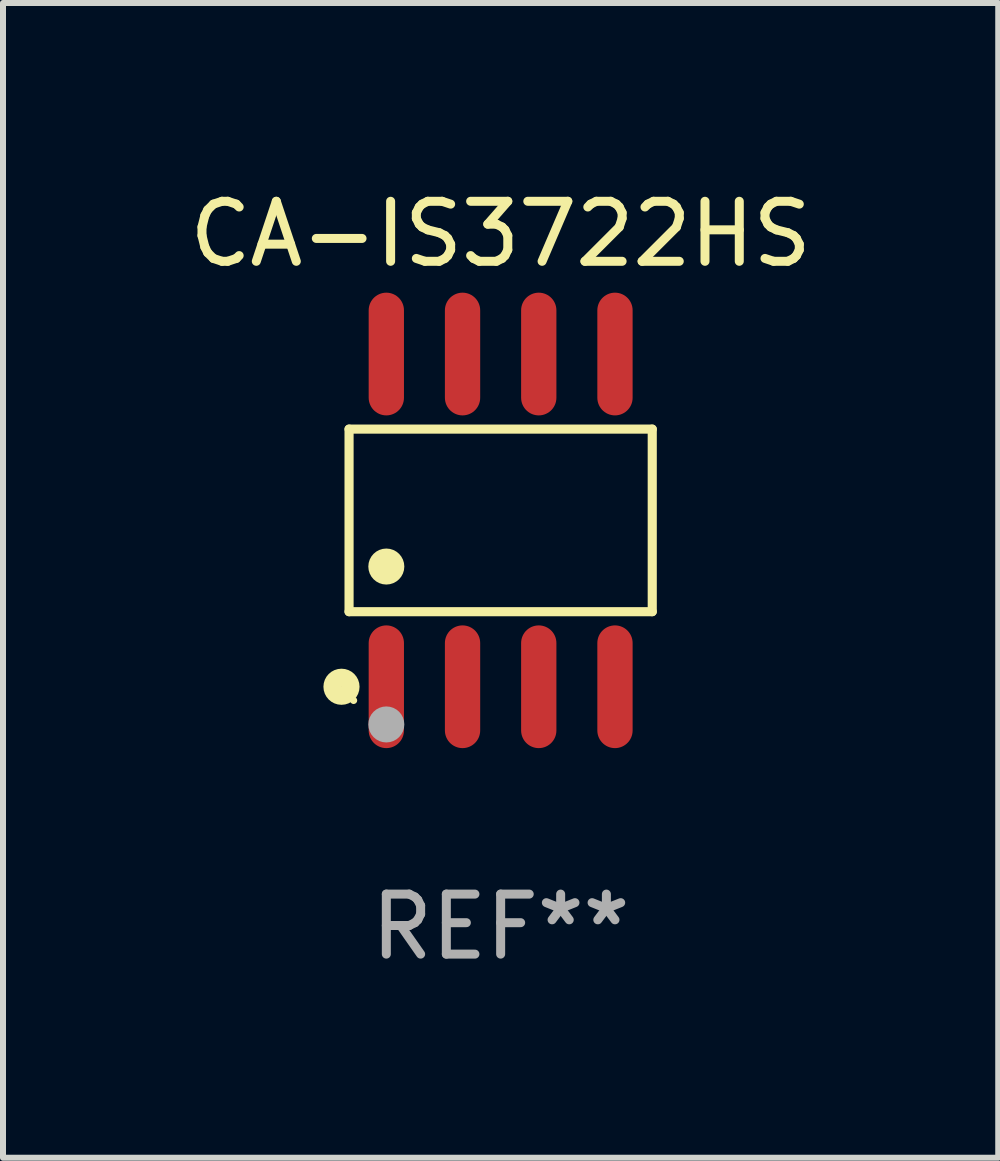
<source format=kicad_pcb>
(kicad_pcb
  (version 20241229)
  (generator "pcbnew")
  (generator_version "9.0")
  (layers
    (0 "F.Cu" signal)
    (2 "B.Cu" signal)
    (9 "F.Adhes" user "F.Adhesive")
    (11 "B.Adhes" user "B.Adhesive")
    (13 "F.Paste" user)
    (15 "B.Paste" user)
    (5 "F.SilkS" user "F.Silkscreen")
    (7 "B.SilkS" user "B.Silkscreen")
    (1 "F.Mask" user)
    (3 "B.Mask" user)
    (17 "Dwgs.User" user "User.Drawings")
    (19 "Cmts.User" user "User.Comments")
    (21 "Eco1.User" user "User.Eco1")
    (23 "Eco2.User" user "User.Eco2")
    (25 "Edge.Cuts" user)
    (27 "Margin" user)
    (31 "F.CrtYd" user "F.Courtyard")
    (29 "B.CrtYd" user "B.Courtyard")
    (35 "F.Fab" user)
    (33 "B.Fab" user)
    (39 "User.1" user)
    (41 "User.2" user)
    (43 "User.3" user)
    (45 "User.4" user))
  (footprint "CA-IS3722HS"
    (layer "F.Cu")
    (at 5.292 5.621)
    (property "Reference" "CA-IS3722HS" (at 0 -4.772 0) (layer "F.SilkS") (effects (font (size 1 1) (thickness 0.15))))
    (attr through_hole)
    (fp_line (start -2.526 -1.521) (end 2.526 -1.521) (stroke (width 0.152) (type solid)) (layer "F.SilkS"))
    (fp_line (start -2.526 1.521) (end -2.526 -1.521) (stroke (width 0.152) (type solid)) (layer "F.SilkS"))
    (fp_line (start 2.526 -1.521) (end 2.526 1.521) (stroke (width 0.152) (type solid)) (layer "F.SilkS"))
    (fp_line (start 2.526 1.521) (end -2.526 1.521) (stroke (width 0.152) (type solid)) (layer "F.SilkS"))
    (fp_circle (center -2.652 2.772) (end -2.501 2.772) (stroke (width 0.3) (type solid)) (fill no) (layer "F.SilkS"))
    (fp_circle (center -2.45 3) (end -2.42 3) (stroke (width 0.06) (type solid)) (fill no) (layer "F.SilkS"))
    (fp_circle (center -1.905 0.769) (end -1.755 0.769) (stroke (width 0.3) (type solid)) (fill no) (layer "F.SilkS"))
    (fp_circle (center -1.905 3.4) (end -1.755 3.4) (stroke (width 0.3) (type solid)) (fill no) (layer "F.Fab"))
    (fp_text user "REF**" (at 0 6.772 0) (layer "F.Fab") (effects (font (size 1 1) (thickness 0.15))))
    (pad "1" smd oval (at -1.905 2.772) (size 0.588 2.045) (layers "F.Cu" "F.Mask" "F.Paste"))
    (pad "2" smd oval (at -0.635 2.772) (size 0.588 2.045) (layers "F.Cu" "F.Mask" "F.Paste"))
    (pad "3" smd oval (at 0.635 2.772) (size 0.588 2.045) (layers "F.Cu" "F.Mask" "F.Paste"))
    (pad "4" smd oval (at 1.905 2.772) (size 0.588 2.045) (layers "F.Cu" "F.Mask" "F.Paste"))
    (pad "5" smd oval (at 1.905 -2.772) (size 0.588 2.045) (layers "F.Cu" "F.Mask" "F.Paste"))
    (pad "6" smd oval (at 0.635 -2.772) (size 0.588 2.045) (layers "F.Cu" "F.Mask" "F.Paste"))
    (pad "7" smd oval (at -0.635 -2.772) (size 0.588 2.045) (layers "F.Cu" "F.Mask" "F.Paste"))
    (pad "8" smd oval (at -1.905 -2.772) (size 0.588 2.045) (layers "F.Cu" "F.Mask" "F.Paste")))
  (gr_rect
    (start -3 -3)
    (end 13.583 16.241)
    (stroke (width 0.1) (type default))
    (fill no)
    (layer "Edge.Cuts")))
</source>
